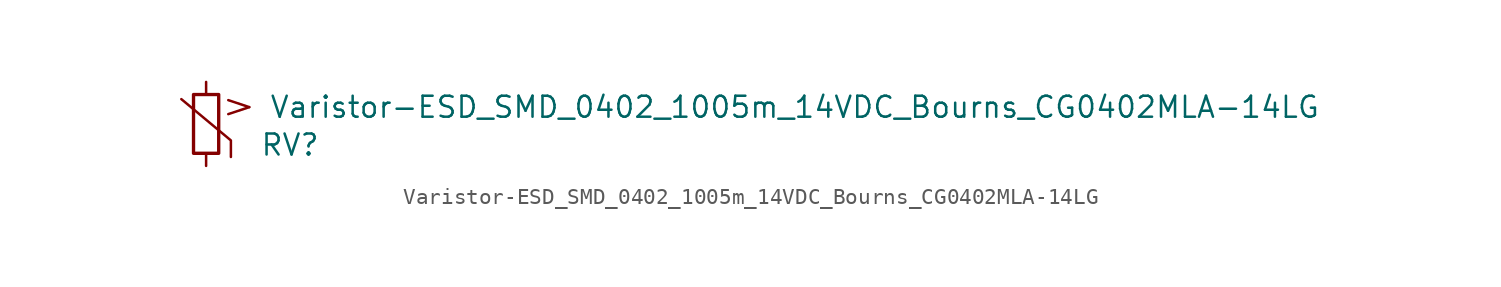
<source format=kicad_sym>
(kicad_symbol_lib
  (version 20211014)
  (generator kicad_symbol_editor)
  (symbol "Varistor-ESD_SMD_0402_1005m_14VDC_Bourns_CG0402MLA-14LG"
    (pin_numbers hide)
    (pin_names
      (offset 1.27) hide)
    (property "Reference" "RV"
      (at 5.08 -1.27 0)
      (effects (font (size 1.27 1.27))))
    (property "Value" "Varistor-ESD_SMD_0402_1005m_14VDC_Bourns_CG0402MLA-14LG"
      (at 3.81 1.016 0)
      (effects (font (size 1.27 1.27)) (justify left)))
    (symbol "Varistor-ESD_SMD_0402_1005m_14VDC_Bourns_CG0402MLA-14LG_0_0"
      (text "V" (at 2.032 1.016 900) (effects (font (size 1.27 1.27)))))
    (symbol "Varistor-ESD_SMD_0402_1005m_14VDC_Bourns_CG0402MLA-14LG_0_1"
      (polyline (pts (xy 1.5 -2) (xy 1.5 -1) (xy -1.5 1.5)) (stroke (width 0.152) (type default) (color 0 0 0 0)) (fill (type none))))
    (symbol "Varistor-ESD_SMD_0402_1005m_14VDC_Bourns_CG0402MLA-14LG_1_1"
      (rectangle (start -0.762 1.778) (end 0.762 -1.778) (stroke (width 0.203) (type default) (color 0 0 0 0)) (fill (type none)))
      (pin passive line (at 0 2.54 270) (length 0.762) (name "~" (effects (font (size 1.27 1.27)))) (number "1" (effects (font (size 1.27 1.27)))))
      (pin passive line (at 0 -2.54 90) (length 0.762) (name "~" (effects (font (size 1.27 1.27)))) (number "2" (effects (font (size 1.27 1.27))))))))
</source>
